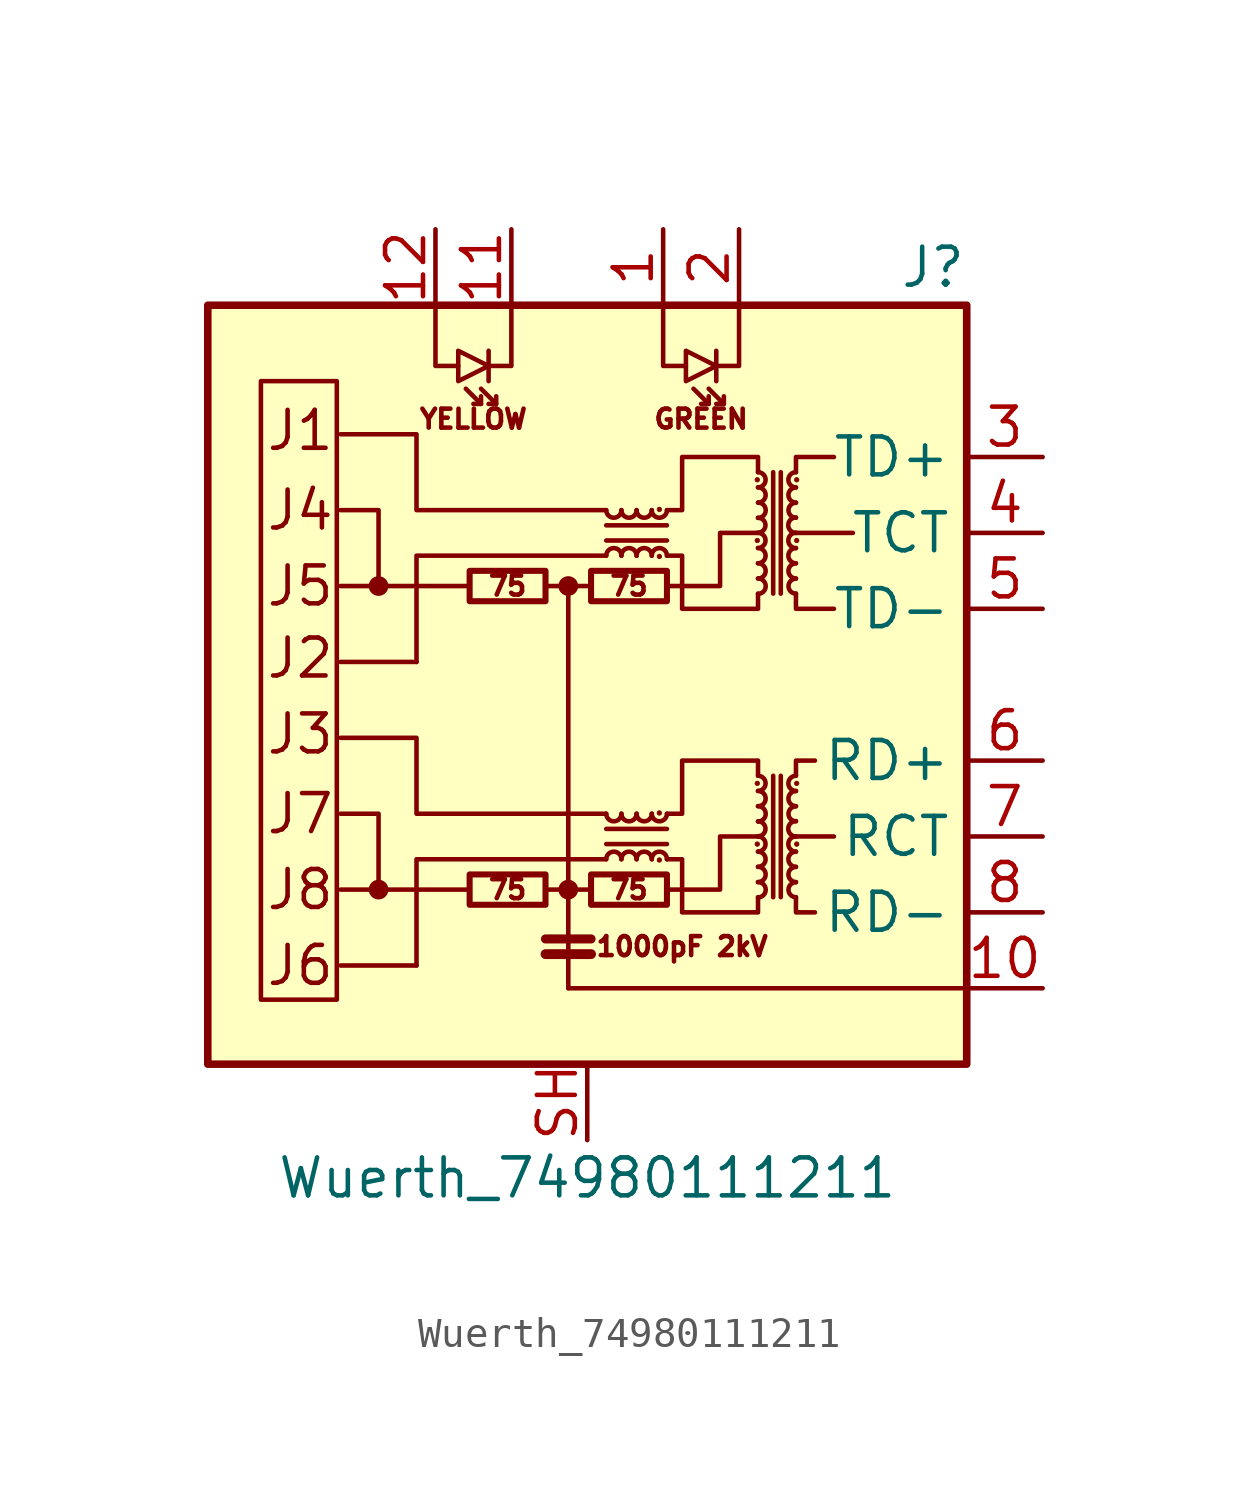
<source format=kicad_sym>
(kicad_symbol_lib
  (version 20200908)
  (generator kicad_symbol_editor)
  (symbol "Connector:Wuerth_74980111211"
    (property "Reference" "J"
      (at 12.7 13.97 0)
      (effects (font (size 1.27 1.27)) (justify right)))
    (property "Value" "Wuerth_74980111211"
      (at 0 -16.51 0)
      (effects (font (size 1.27 1.27))))
    (symbol "Wuerth_74980111211_0_1"
      (arc (start 1.143 -5.842) (end 0.635 -5.842) (radius (at 0.889 -5.842) (length 0.254) (angles 0.1 179.9)) (stroke (width 0)) (fill (type none)))
      (arc (start 0.635 -4.318) (end 1.143 -4.318) (radius (at 0.889 -4.318) (length 0.254) (angles -179.9 -0.1)) (stroke (width 0)) (fill (type none)))
      (arc (start 1.143 4.318) (end 0.635 4.318) (radius (at 0.889 4.318) (length 0.254) (angles 0.1 179.9)) (stroke (width 0)) (fill (type none)))
      (arc (start 0.635 5.842) (end 1.143 5.842) (radius (at 0.889 5.842) (length 0.254) (angles -179.9 -0.1)) (stroke (width 0)) (fill (type none)))
      (arc (start 1.651 -5.842) (end 1.143 -5.842) (radius (at 1.397 -5.842) (length 0.254) (angles 0.1 179.9)) (stroke (width 0)) (fill (type none)))
      (arc (start 1.143 -4.318) (end 1.651 -4.318) (radius (at 1.397 -4.318) (length 0.254) (angles -179.9 -0.1)) (stroke (width 0)) (fill (type none)))
      (arc (start 1.651 4.318) (end 1.143 4.318) (radius (at 1.397 4.318) (length 0.254) (angles 0.1 179.9)) (stroke (width 0)) (fill (type none)))
      (arc (start 1.143 5.842) (end 1.651 5.842) (radius (at 1.397 5.842) (length 0.254) (angles -179.9 -0.1)) (stroke (width 0)) (fill (type none)))
      (arc (start 2.159 -5.842) (end 1.651 -5.842) (radius (at 1.905 -5.842) (length 0.254) (angles 0.1 179.9)) (stroke (width 0)) (fill (type none)))
      (arc (start 1.651 -4.318) (end 2.159 -4.318) (radius (at 1.905 -4.318) (length 0.254) (angles -179.9 -0.1)) (stroke (width 0)) (fill (type none)))
      (arc (start 2.159 4.318) (end 1.651 4.318) (radius (at 1.905 4.318) (length 0.254) (angles 0.1 179.9)) (stroke (width 0)) (fill (type none)))
      (arc (start 1.651 5.842) (end 2.159 5.842) (radius (at 1.905 5.842) (length 0.254) (angles -179.9 -0.1)) (stroke (width 0)) (fill (type none)))
      (arc (start 2.667 -5.842) (end 2.159 -5.842) (radius (at 2.413 -5.842) (length 0.254) (angles 0.1 179.9)) (stroke (width 0)) (fill (type none)))
      (arc (start 2.159 -4.318) (end 2.667 -4.318) (radius (at 2.413 -4.318) (length 0.254) (angles -179.9 -0.1)) (stroke (width 0)) (fill (type none)))
      (arc (start 2.667 4.318) (end 2.159 4.318) (radius (at 2.413 4.318) (length 0.254) (angles 0.1 179.9)) (stroke (width 0)) (fill (type none)))
      (arc (start 2.159 5.842) (end 2.667 5.842) (radius (at 2.413 5.842) (length 0.254) (angles -179.9 -0.1)) (stroke (width 0)) (fill (type none)))
      (arc (start 5.715 -7.112) (end 5.715 -6.604) (radius (at 5.715 -6.858) (length 0.254) (angles -89.9 89.9)) (stroke (width 0)) (fill (type none)))
      (arc (start 5.715 -6.604) (end 5.715 -6.096) (radius (at 5.715 -6.35) (length 0.254) (angles -89.9 89.9)) (stroke (width 0)) (fill (type none)))
      (arc (start 5.715 -6.096) (end 5.715 -5.588) (radius (at 5.715 -5.842) (length 0.254) (angles -89.9 89.9)) (stroke (width 0)) (fill (type none)))
      (arc (start 5.715 -5.588) (end 5.715 -5.08) (radius (at 5.715 -5.334) (length 0.254) (angles -89.9 89.9)) (stroke (width 0)) (fill (type none)))
      (arc (start 5.715 -5.08) (end 5.715 -4.572) (radius (at 5.715 -4.826) (length 0.254) (angles -89.9 89.9)) (stroke (width 0)) (fill (type none)))
      (arc (start 5.715 -4.572) (end 5.715 -4.064) (radius (at 5.715 -4.318) (length 0.254) (angles -89.9 89.9)) (stroke (width 0)) (fill (type none)))
      (arc (start 5.715 -4.064) (end 5.715 -3.556) (radius (at 5.715 -3.81) (length 0.254) (angles -89.9 89.9)) (stroke (width 0)) (fill (type none)))
      (arc (start 5.715 -3.556) (end 5.715 -3.048) (radius (at 5.715 -3.302) (length 0.254) (angles -89.9 89.9)) (stroke (width 0)) (fill (type none)))
      (arc (start 5.715 3.048) (end 5.715 3.556) (radius (at 5.715 3.302) (length 0.254) (angles -89.9 89.9)) (stroke (width 0)) (fill (type none)))
      (arc (start 5.715 3.556) (end 5.715 4.064) (radius (at 5.715 3.81) (length 0.254) (angles -89.9 89.9)) (stroke (width 0)) (fill (type none)))
      (arc (start 5.715 4.064) (end 5.715 4.572) (radius (at 5.715 4.318) (length 0.254) (angles -89.9 89.9)) (stroke (width 0)) (fill (type none)))
      (arc (start 5.715 4.572) (end 5.715 5.08) (radius (at 5.715 4.826) (length 0.254) (angles -89.9 89.9)) (stroke (width 0)) (fill (type none)))
      (arc (start 5.715 5.08) (end 5.715 5.588) (radius (at 5.715 5.334) (length 0.254) (angles -89.9 89.9)) (stroke (width 0)) (fill (type none)))
      (arc (start 5.715 5.588) (end 5.715 6.096) (radius (at 5.715 5.842) (length 0.254) (angles -89.9 89.9)) (stroke (width 0)) (fill (type none)))
      (arc (start 5.715 6.096) (end 5.715 6.604) (radius (at 5.715 6.35) (length 0.254) (angles -89.9 89.9)) (stroke (width 0)) (fill (type none)))
      (arc (start 5.715 6.604) (end 5.715 7.112) (radius (at 5.715 6.858) (length 0.254) (angles -89.9 89.9)) (stroke (width 0)) (fill (type none)))
      (arc (start 6.985 -6.604) (end 6.985 -7.112) (radius (at 6.985 -6.858) (length 0.254) (angles 90.1 -90.1)) (stroke (width 0)) (fill (type none)))
      (arc (start 6.985 -6.096) (end 6.985 -6.604) (radius (at 6.985 -6.35) (length 0.254) (angles 90.1 -90.1)) (stroke (width 0)) (fill (type none)))
      (arc (start 6.985 -5.588) (end 6.985 -6.096) (radius (at 6.985 -5.842) (length 0.254) (angles 90.1 -90.1)) (stroke (width 0)) (fill (type none)))
      (arc (start 6.985 -5.08) (end 6.985 -5.588) (radius (at 6.985 -5.334) (length 0.254) (angles 90.1 -90.1)) (stroke (width 0)) (fill (type none)))
      (arc (start 6.985 -4.572) (end 6.985 -5.08) (radius (at 6.985 -4.826) (length 0.254) (angles 90.1 -90.1)) (stroke (width 0)) (fill (type none)))
      (arc (start 6.985 -4.064) (end 6.985 -4.572) (radius (at 6.985 -4.318) (length 0.254) (angles 90.1 -90.1)) (stroke (width 0)) (fill (type none)))
      (arc (start 6.985 -3.556) (end 6.985 -4.064) (radius (at 6.985 -3.81) (length 0.254) (angles 90.1 -90.1)) (stroke (width 0)) (fill (type none)))
      (arc (start 6.985 -3.048) (end 6.985 -3.556) (radius (at 6.985 -3.302) (length 0.254) (angles 90.1 -90.1)) (stroke (width 0)) (fill (type none)))
      (arc (start 6.985 3.556) (end 6.985 3.048) (radius (at 6.985 3.302) (length 0.254) (angles 90.1 -90.1)) (stroke (width 0)) (fill (type none)))
      (arc (start 6.985 4.064) (end 6.985 3.556) (radius (at 6.985 3.81) (length 0.254) (angles 90.1 -90.1)) (stroke (width 0)) (fill (type none)))
      (arc (start 6.985 4.572) (end 6.985 4.064) (radius (at 6.985 4.318) (length 0.254) (angles 90.1 -90.1)) (stroke (width 0)) (fill (type none)))
      (arc (start 6.985 5.08) (end 6.985 4.572) (radius (at 6.985 4.826) (length 0.254) (angles 90.1 -90.1)) (stroke (width 0)) (fill (type none)))
      (arc (start 6.985 5.588) (end 6.985 5.08) (radius (at 6.985 5.334) (length 0.254) (angles 90.1 -90.1)) (stroke (width 0)) (fill (type none)))
      (arc (start 6.985 6.096) (end 6.985 5.588) (radius (at 6.985 5.842) (length 0.254) (angles 90.1 -90.1)) (stroke (width 0)) (fill (type none)))
      (arc (start 6.985 6.604) (end 6.985 6.096) (radius (at 6.985 6.35) (length 0.254) (angles 90.1 -90.1)) (stroke (width 0)) (fill (type none)))
      (arc (start 6.985 7.112) (end 6.985 6.604) (radius (at 6.985 6.858) (length 0.254) (angles 90.1 -90.1)) (stroke (width 0)) (fill (type none)))
      (circle (center -6.985 -6.858) (radius 0.254) (stroke (width 0)) (fill (type outline)))
      (circle (center -6.985 3.302) (radius 0.254) (stroke (width 0)) (fill (type outline)))
      (circle (center -0.635 -6.858) (radius 0.254) (stroke (width 0)) (fill (type outline)))
      (circle (center -0.635 3.302) (radius 0.254) (stroke (width 0)) (fill (type outline)))
      (circle (center 2.413 -5.867) (radius 0.076) (stroke (width 0.025)) (fill (type outline)))
      (circle (center 2.413 -4.293) (radius 0.076) (stroke (width 0.025)) (fill (type outline)))
      (circle (center 2.413 4.293) (radius 0.076) (stroke (width 0.025)) (fill (type outline)))
      (circle (center 2.413 5.867) (radius 0.076) (stroke (width 0.025)) (fill (type outline)))
      (circle (center 5.69 -5.334) (radius 0.076) (stroke (width 0.025)) (fill (type outline)))
      (circle (center 5.69 -3.302) (radius 0.076) (stroke (width 0.025)) (fill (type outline)))
      (circle (center 5.69 4.826) (radius 0.076) (stroke (width 0.025)) (fill (type outline)))
      (circle (center 5.69 6.858) (radius 0.076) (stroke (width 0.025)) (fill (type outline)))
      (circle (center 7.01 -5.334) (radius 0.076) (stroke (width 0.025)) (fill (type outline)))
      (circle (center 7.01 -3.302) (radius 0.076) (stroke (width 0.025)) (fill (type outline)))
      (circle (center 7.01 4.826) (radius 0.076) (stroke (width 0.025)) (fill (type outline)))
      (circle (center 7.01 6.858) (radius 0.076) (stroke (width 0.025)) (fill (type outline)))
      (rectangle (start -8.382 -10.541) (end -10.922 10.16) (stroke (width 0)) (fill (type none)))
      (rectangle (start -3.937 -7.366) (end -1.397 -6.35) (stroke (width 0.203)) (fill (type none)))
      (rectangle (start -3.937 2.794) (end -1.397 3.81) (stroke (width 0.203)) (fill (type none)))
      (rectangle (start 0.127 -7.366) (end 2.667 -6.35) (stroke (width 0.203)) (fill (type none)))
      (rectangle (start 0.127 2.794) (end 2.667 3.81) (stroke (width 0.203)) (fill (type none)))
      (polyline (pts (xy -5.715 -9.398) (xy -8.255 -9.398)) (stroke (width 0)) (fill (type none)))
      (polyline (pts (xy -5.715 0.762) (xy -8.255 0.762)) (stroke (width 0)) (fill (type none)))
      (polyline (pts (xy -3.556 9.398) (xy -4.064 9.906)) (stroke (width 0)) (fill (type none)))
      (polyline (pts (xy -3.302 11.176) (xy -3.302 10.16)) (stroke (width 0)) (fill (type none)))
      (polyline (pts (xy -3.048 9.398) (xy -3.556 9.906)) (stroke (width 0)) (fill (type none)))
      (polyline (pts (xy -1.397 -9.017) (xy 0.127 -9.017)) (stroke (width 0.33)) (fill (type none)))
      (polyline (pts (xy -1.397 -8.509) (xy 0.127 -8.509)) (stroke (width 0.305)) (fill (type none)))
      (polyline (pts (xy -0.635 3.302) (xy -1.397 3.302)) (stroke (width 0)) (fill (type none)))
      (polyline (pts (xy 0.127 -6.858) (xy -1.397 -6.858)) (stroke (width 0)) (fill (type none)))
      (polyline (pts (xy 0.635 -5.334) (xy 2.667 -5.334)) (stroke (width 0)) (fill (type none)))
      (polyline (pts (xy 0.635 4.826) (xy 2.667 4.826)) (stroke (width 0)) (fill (type none)))
      (polyline (pts (xy 2.667 -4.826) (xy 0.635 -4.826)) (stroke (width 0)) (fill (type none)))
      (polyline (pts (xy 2.667 5.334) (xy 0.635 5.334)) (stroke (width 0)) (fill (type none)))
      (polyline (pts (xy 4.064 9.398) (xy 3.556 9.906)) (stroke (width 0)) (fill (type none)))
      (polyline (pts (xy 4.318 11.176) (xy 4.318 10.16)) (stroke (width 0)) (fill (type none)))
      (polyline (pts (xy 4.572 9.398) (xy 4.064 9.906)) (stroke (width 0)) (fill (type none)))
      (polyline (pts (xy 6.223 -3.048) (xy 6.223 -7.112)) (stroke (width 0)) (fill (type none)))
      (polyline (pts (xy 6.223 7.112) (xy 6.223 3.048)) (stroke (width 0)) (fill (type none)))
      (polyline (pts (xy 6.477 -7.112) (xy 6.477 -3.048)) (stroke (width 0)) (fill (type none)))
      (polyline (pts (xy 6.477 3.048) (xy 6.477 7.112)) (stroke (width 0)) (fill (type none)))
      (polyline (pts (xy -6.985 -6.858) (xy -6.985 -4.318) (xy -8.255 -4.318)) (stroke (width 0)) (fill (type none)))
      (polyline (pts (xy -6.985 3.302) (xy -6.985 5.842) (xy -8.255 5.842)) (stroke (width 0)) (fill (type none)))
      (polyline (pts (xy -5.08 12.7) (xy -5.08 10.668) (xy -4.318 10.668)) (stroke (width 0)) (fill (type none)))
      (polyline (pts (xy -3.556 9.652) (xy -3.556 9.398) (xy -3.81 9.398)) (stroke (width 0)) (fill (type none)))
      (polyline (pts (xy -3.048 9.652) (xy -3.048 9.398) (xy -3.302 9.398)) (stroke (width 0)) (fill (type none)))
      (polyline (pts (xy -2.54 12.7) (xy -2.54 10.668) (xy -3.302 10.668)) (stroke (width 0)) (fill (type none)))
      (polyline (pts (xy -0.635 -10.16) (xy -0.635 3.302) (xy 0 3.302)) (stroke (width 0)) (fill (type none)))
      (polyline (pts (xy 0.635 -5.842) (xy -5.715 -5.842) (xy -5.715 -9.398)) (stroke (width 0)) (fill (type none)))
      (polyline (pts (xy 0.635 4.318) (xy -5.715 4.318) (xy -5.715 0.762)) (stroke (width 0)) (fill (type none)))
      (polyline (pts (xy 2.54 12.7) (xy 2.54 10.668) (xy 3.302 10.668)) (stroke (width 0)) (fill (type none)))
      (polyline (pts (xy 4.064 9.652) (xy 4.064 9.398) (xy 3.81 9.398)) (stroke (width 0)) (fill (type none)))
      (polyline (pts (xy 4.572 9.652) (xy 4.572 9.398) (xy 4.318 9.398)) (stroke (width 0)) (fill (type none)))
      (polyline (pts (xy 5.08 12.7) (xy 5.08 10.668) (xy 4.318 10.668)) (stroke (width 0)) (fill (type none)))
      (polyline (pts (xy 6.985 -7.112) (xy 6.985 -7.62) (xy 7.62 -7.62)) (stroke (width 0)) (fill (type none)))
      (polyline (pts (xy 6.985 -3.048) (xy 6.985 -2.54) (xy 7.62 -2.54)) (stroke (width 0)) (fill (type none)))
      (polyline (pts (xy 6.985 3.048) (xy 6.985 2.54) (xy 8.255 2.54)) (stroke (width 0)) (fill (type none)))
      (polyline (pts (xy 6.985 7.112) (xy 6.985 7.62) (xy 8.255 7.62)) (stroke (width 0)) (fill (type none)))
      (polyline (pts (xy -3.302 10.668) (xy -4.318 11.176) (xy -4.318 10.16) (xy -3.302 10.668)) (stroke (width 0)) (fill (type none)))
      (polyline (pts (xy 4.318 10.668) (xy 3.302 11.176) (xy 3.302 10.16) (xy 4.318 10.668)) (stroke (width 0)) (fill (type none)))
      (polyline (pts (xy 2.667 -4.318) (xy 3.175 -4.318) (xy 3.175 -2.54) (xy 5.715 -2.54) (xy 5.715 -3.048)) (stroke (width 0)) (fill (type none)))
      (polyline (pts (xy 2.667 5.842) (xy 3.175 5.842) (xy 3.175 7.62) (xy 5.715 7.62) (xy 5.715 7.112)) (stroke (width 0)) (fill (type none)))
      (polyline (pts (xy 5.715 -7.112) (xy 5.715 -7.62) (xy 3.175 -7.62) (xy 3.175 -5.842) (xy 2.667 -5.842)) (stroke (width 0)) (fill (type none)))
      (polyline (pts (xy 5.715 3.048) (xy 5.715 2.54) (xy 3.175 2.54) (xy 3.175 4.318) (xy 2.667 4.318)) (stroke (width 0)) (fill (type none))))
    (symbol "Wuerth_74980111211_0_0"
      (text "1000pF 2kV" (at 3.175 -8.763 0) (effects (font (size 0.635 0.635))))
      (text "75" (at -2.667 -6.858 0) (effects (font (size 0.635 0.635))))
      (text "75" (at -2.667 3.302 0) (effects (font (size 0.635 0.635))))
      (text "75" (at 1.397 -6.858 0) (effects (font (size 0.635 0.635))))
      (text "75" (at 1.397 3.302 0) (effects (font (size 0.635 0.635))))
      (text "GREEN" (at 3.81 8.89 0) (effects (font (size 0.635 0.635))))
      (text "J1" (at -10.795 8.509 0) (effects (font (size 1.27 1.27)) (justify left)))
      (text "J2" (at -10.795 0.889 0) (effects (font (size 1.27 1.27)) (justify left)))
      (text "J3" (at -10.795 -1.651 0) (effects (font (size 1.27 1.27)) (justify left)))
      (text "J4" (at -10.795 5.842 0) (effects (font (size 1.27 1.27)) (justify left)))
      (text "J5" (at -10.795 3.302 0) (effects (font (size 1.27 1.27)) (justify left)))
      (text "J6" (at -10.795 -9.398 0) (effects (font (size 1.27 1.27)) (justify left)))
      (text "J7" (at -10.795 -4.318 0) (effects (font (size 1.27 1.27)) (justify left)))
      (text "J8" (at -10.795 -6.858 0) (effects (font (size 1.27 1.27)) (justify left)))
      (text "YELLOW" (at -3.81 8.89 0) (effects (font (size 0.635 0.635))))
      (rectangle (start -12.7 12.7) (end 12.7 -12.7) (stroke (width 0.254)) (fill (type background)))
      (polyline (pts (xy -3.937 -6.858) (xy -8.255 -6.858)) (stroke (width 0)) (fill (type none)))
      (polyline (pts (xy -3.937 3.302) (xy -8.255 3.302)) (stroke (width 0)) (fill (type none)))
      (polyline (pts (xy -0.635 -10.16) (xy 12.7 -10.16)) (stroke (width 0)) (fill (type none)))
      (polyline (pts (xy 8.255 -5.08) (xy 6.985 -5.08)) (stroke (width 0)) (fill (type none)))
      (polyline (pts (xy 8.89 5.08) (xy 6.985 5.08)) (stroke (width 0)) (fill (type none)))
      (polyline (pts (xy 0.635 -4.318) (xy -5.715 -4.318) (xy -5.715 -1.778) (xy -8.255 -1.778)) (stroke (width 0)) (fill (type none)))
      (polyline (pts (xy 0.635 5.842) (xy -5.715 5.842) (xy -5.715 8.382) (xy -8.255 8.382)) (stroke (width 0)) (fill (type none)))
      (polyline (pts (xy 2.667 -6.858) (xy 4.445 -6.858) (xy 4.445 -5.08) (xy 5.715 -5.08)) (stroke (width 0)) (fill (type none)))
      (polyline (pts (xy 2.667 3.302) (xy 4.445 3.302) (xy 4.445 5.08) (xy 5.715 5.08)) (stroke (width 0)) (fill (type none))))
    (symbol "Wuerth_74980111211_1_1"
      (pin passive line (at 2.54 15.24 270) (length 2.54) (name "~" (effects (font (size 1.27 1.27)))) (number "1" (effects (font (size 1.27 1.27)))))
      (pin passive line (at 15.24 -10.16 180) (length 2.54) (name "~" (effects (font (size 1.27 1.27)))) (number "10" (effects (font (size 1.27 1.27)))))
      (pin passive line (at -2.54 15.24 270) (length 2.54) (name "~" (effects (font (size 1.27 1.27)))) (number "11" (effects (font (size 1.27 1.27)))))
      (pin passive line (at -5.08 15.24 270) (length 2.54) (name "~" (effects (font (size 1.27 1.27)))) (number "12" (effects (font (size 1.27 1.27)))))
      (pin passive line (at 5.08 15.24 270) (length 2.54) (name "~" (effects (font (size 1.27 1.27)))) (number "2" (effects (font (size 1.27 1.27)))))
      (pin passive line (at 15.24 7.62 180) (length 2.54) (name "TD+" (effects (font (size 1.27 1.27)))) (number "3" (effects (font (size 1.27 1.27)))))
      (pin passive line (at 15.24 5.08 180) (length 2.54) (name "TCT" (effects (font (size 1.27 1.27)))) (number "4" (effects (font (size 1.27 1.27)))))
      (pin passive line (at 15.24 2.54 180) (length 2.54) (name "TD-" (effects (font (size 1.27 1.27)))) (number "5" (effects (font (size 1.27 1.27)))))
      (pin passive line (at 15.24 -2.54 180) (length 2.54) (name "RD+" (effects (font (size 1.27 1.27)))) (number "6" (effects (font (size 1.27 1.27)))))
      (pin passive line (at 15.24 -5.08 180) (length 2.54) (name "RCT" (effects (font (size 1.27 1.27)))) (number "7" (effects (font (size 1.27 1.27)))))
      (pin passive line (at 15.24 -7.62 180) (length 2.54) (name "RD-" (effects (font (size 1.27 1.27)))) (number "8" (effects (font (size 1.27 1.27)))))
      (pin passive line (at 0 -15.24 90) (length 2.54) (name "~" (effects (font (size 1.27 1.27)))) (number "SH" (effects (font (size 1.27 1.27))))))))
</source>
